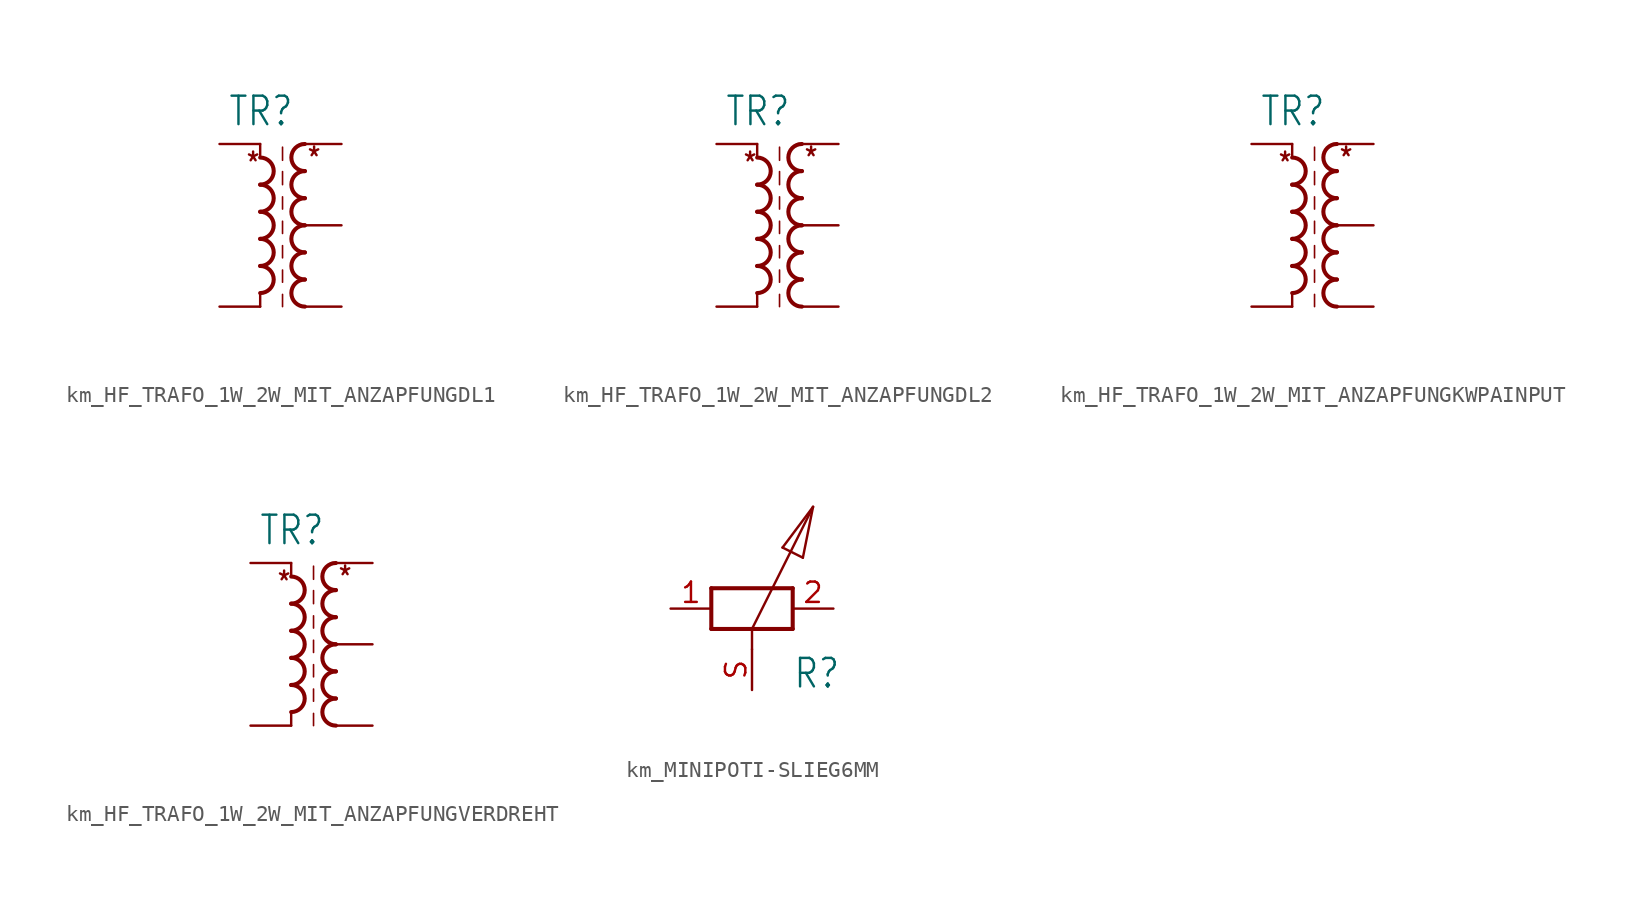
<source format=kicad_sym>
(kicad_symbol_lib
  (version 20231120)
  (generator "kicad_symbol_editor")
  (generator_version "8.0")
  (symbol "km_HF_TRAFO_1W_2W_MIT_ANZAPFUNGDL1"
    (property "Reference" "TR"
      (at -4.572 6.096 0)
      (effects (font (size 1.778 1.511)) (justify left bottom)))
    (property "Value" ""
      (at -4.572 -7.874 0)
      (effects (font (size 1.778 1.511)) (justify left bottom)))
    (property "ki_locked" ""
      (at 0 0 0)
      (effects (font (size 1.27 1.27))))
    (symbol "km_HF_TRAFO_1W_2W_MIT_ANZAPFUNGDL1_1_0"
      (arc (start -2.54 -4.2334) (mid -1.6933 -3.3867) (end -2.54 -2.54) (stroke (width 0.254) (type solid)) (fill (type none)))
      (arc (start -2.54 -2.54) (mid -1.6933 -1.6933) (end -2.54 -0.8466) (stroke (width 0.254) (type solid)) (fill (type none)))
      (arc (start -2.54 -0.8466) (mid -1.6934 0) (end -2.54 0.8466) (stroke (width 0.254) (type solid)) (fill (type none)))
      (arc (start -2.54 0.8466) (mid -1.6933 1.6933) (end -2.54 2.54) (stroke (width 0.254) (type solid)) (fill (type none)))
      (arc (start -2.54 2.54) (mid -1.6933 3.3867) (end -2.54 4.2334) (stroke (width 0.254) (type solid)) (fill (type none)))
      (polyline (pts (xy -2.54 -4.318) (xy -2.54 -5.08)) (stroke (width 0.152) (type solid)) (fill (type none)))
      (polyline (pts (xy -2.54 5.08) (xy -2.54 4.318)) (stroke (width 0.152) (type solid)) (fill (type none)))
      (polyline (pts (xy -1.143 -5.08) (xy -1.143 -4.318)) (stroke (width 0.102) (type solid)) (fill (type none)))
      (polyline (pts (xy -1.143 -3.556) (xy -1.143 -2.794)) (stroke (width 0.102) (type solid)) (fill (type none)))
      (polyline (pts (xy -1.143 -2.032) (xy -1.143 -1.27)) (stroke (width 0.102) (type solid)) (fill (type none)))
      (polyline (pts (xy -1.143 -0.508) (xy -1.143 0.254)) (stroke (width 0.102) (type solid)) (fill (type none)))
      (polyline (pts (xy -1.143 1.016) (xy -1.143 1.778)) (stroke (width 0.102) (type solid)) (fill (type none)))
      (polyline (pts (xy -1.143 2.54) (xy -1.143 3.356)) (stroke (width 0.102) (type solid)) (fill (type none)))
      (polyline (pts (xy -1.143 4.064) (xy -1.143 4.88)) (stroke (width 0.102) (type solid)) (fill (type none)))
      (arc (start 0.254 -3.3866) (mid -0.5927 -4.2333) (end 0.254 -5.08) (stroke (width 0.254) (type solid)) (fill (type none)))
      (arc (start 0.254 -1.6934) (mid -0.5926 -2.54) (end 0.254 -3.3866) (stroke (width 0.254) (type solid)) (fill (type none)))
      (arc (start 0.254 0) (mid -0.5927 -0.8467) (end 0.254 -1.6934) (stroke (width 0.254) (type solid)) (fill (type none)))
      (arc (start 0.254 1.6934) (mid -0.5927 0.8467) (end 0.254 0) (stroke (width 0.254) (type solid)) (fill (type none)))
      (arc (start 0.254 3.3866) (mid -0.5927 2.5399) (end 0.254 1.6932) (stroke (width 0.254) (type solid)) (fill (type none)))
      (arc (start 0.254 5.08) (mid -0.5927 4.2333) (end 0.254 3.3866) (stroke (width 0.254) (type solid)) (fill (type none)))
      (text "*" (at -3.493 3.175 0) (effects (font (size 1.27 1.079)) (justify left bottom)))
      (text "*" (at 0.318 3.493 0) (effects (font (size 1.27 1.079)) (justify left bottom)))
      (pin passive line (at -5.08 5.08 0) (length 2.54) (name "P1" (effects (font (size 0 0)))) (number "P1" (effects (font (size 0 0)))))
      (pin passive line (at -5.08 -5.08 0) (length 2.54) (name "P2" (effects (font (size 0 0)))) (number "P2" (effects (font (size 0 0)))))
      (pin passive line (at 2.54 5.08 180) (length 2.54) (name "S1" (effects (font (size 0 0)))) (number "S1" (effects (font (size 0 0)))))
      (pin passive line (at 2.54 -5.08 180) (length 2.54) (name "S2" (effects (font (size 0 0)))) (number "S2" (effects (font (size 0 0)))))
      (pin passive line (at 2.54 0 180) (length 2.54) (name "SM" (effects (font (size 0 0)))) (number "SM" (effects (font (size 0 0)))))))
  (symbol "km_HF_TRAFO_1W_2W_MIT_ANZAPFUNGDL2"
    (property "Reference" "TR"
      (at -4.572 6.096 0)
      (effects (font (size 1.778 1.511)) (justify left bottom)))
    (property "Value" ""
      (at -4.572 -7.874 0)
      (effects (font (size 1.778 1.511)) (justify left bottom)))
    (property "ki_locked" ""
      (at 0 0 0)
      (effects (font (size 1.27 1.27))))
    (symbol "km_HF_TRAFO_1W_2W_MIT_ANZAPFUNGDL2_1_0"
      (arc (start -2.54 -4.2334) (mid -1.6933 -3.3867) (end -2.54 -2.54) (stroke (width 0.254) (type solid)) (fill (type none)))
      (arc (start -2.54 -2.54) (mid -1.6933 -1.6933) (end -2.54 -0.8466) (stroke (width 0.254) (type solid)) (fill (type none)))
      (arc (start -2.54 -0.8466) (mid -1.6934 0) (end -2.54 0.8466) (stroke (width 0.254) (type solid)) (fill (type none)))
      (arc (start -2.54 0.8466) (mid -1.6933 1.6933) (end -2.54 2.54) (stroke (width 0.254) (type solid)) (fill (type none)))
      (arc (start -2.54 2.54) (mid -1.6933 3.3867) (end -2.54 4.2334) (stroke (width 0.254) (type solid)) (fill (type none)))
      (polyline (pts (xy -2.54 -4.318) (xy -2.54 -5.08)) (stroke (width 0.152) (type solid)) (fill (type none)))
      (polyline (pts (xy -2.54 5.08) (xy -2.54 4.318)) (stroke (width 0.152) (type solid)) (fill (type none)))
      (polyline (pts (xy -1.143 -5.08) (xy -1.143 -4.318)) (stroke (width 0.102) (type solid)) (fill (type none)))
      (polyline (pts (xy -1.143 -3.556) (xy -1.143 -2.794)) (stroke (width 0.102) (type solid)) (fill (type none)))
      (polyline (pts (xy -1.143 -2.032) (xy -1.143 -1.27)) (stroke (width 0.102) (type solid)) (fill (type none)))
      (polyline (pts (xy -1.143 -0.508) (xy -1.143 0.254)) (stroke (width 0.102) (type solid)) (fill (type none)))
      (polyline (pts (xy -1.143 1.016) (xy -1.143 1.778)) (stroke (width 0.102) (type solid)) (fill (type none)))
      (polyline (pts (xy -1.143 2.54) (xy -1.143 3.356)) (stroke (width 0.102) (type solid)) (fill (type none)))
      (polyline (pts (xy -1.143 4.064) (xy -1.143 4.88)) (stroke (width 0.102) (type solid)) (fill (type none)))
      (arc (start 0.254 -3.3866) (mid -0.5927 -4.2333) (end 0.254 -5.08) (stroke (width 0.254) (type solid)) (fill (type none)))
      (arc (start 0.254 -1.6934) (mid -0.5926 -2.54) (end 0.254 -3.3866) (stroke (width 0.254) (type solid)) (fill (type none)))
      (arc (start 0.254 0) (mid -0.5927 -0.8467) (end 0.254 -1.6934) (stroke (width 0.254) (type solid)) (fill (type none)))
      (arc (start 0.254 1.6934) (mid -0.5927 0.8467) (end 0.254 0) (stroke (width 0.254) (type solid)) (fill (type none)))
      (arc (start 0.254 3.3866) (mid -0.5927 2.5399) (end 0.254 1.6932) (stroke (width 0.254) (type solid)) (fill (type none)))
      (arc (start 0.254 5.08) (mid -0.5927 4.2333) (end 0.254 3.3866) (stroke (width 0.254) (type solid)) (fill (type none)))
      (text "*" (at -3.493 3.175 0) (effects (font (size 1.27 1.079)) (justify left bottom)))
      (text "*" (at 0.318 3.493 0) (effects (font (size 1.27 1.079)) (justify left bottom)))
      (pin passive line (at -5.08 5.08 0) (length 2.54) (name "P1" (effects (font (size 0 0)))) (number "P1" (effects (font (size 0 0)))))
      (pin passive line (at -5.08 -5.08 0) (length 2.54) (name "P2" (effects (font (size 0 0)))) (number "P2" (effects (font (size 0 0)))))
      (pin passive line (at 2.54 5.08 180) (length 2.54) (name "S1" (effects (font (size 0 0)))) (number "S1" (effects (font (size 0 0)))))
      (pin passive line (at 2.54 -5.08 180) (length 2.54) (name "S2" (effects (font (size 0 0)))) (number "S2" (effects (font (size 0 0)))))
      (pin passive line (at 2.54 0 180) (length 2.54) (name "SM" (effects (font (size 0 0)))) (number "SM" (effects (font (size 0 0)))))))
  (symbol "km_HF_TRAFO_1W_2W_MIT_ANZAPFUNGKWPAINPUT"
    (property "Reference" "TR"
      (at -4.572 6.096 0)
      (effects (font (size 1.778 1.511)) (justify left bottom)))
    (property "Value" ""
      (at -4.572 -7.874 0)
      (effects (font (size 1.778 1.511)) (justify left bottom)))
    (property "ki_locked" ""
      (at 0 0 0)
      (effects (font (size 1.27 1.27))))
    (symbol "km_HF_TRAFO_1W_2W_MIT_ANZAPFUNGKWPAINPUT_1_0"
      (arc (start -2.54 -4.2334) (mid -1.6933 -3.3867) (end -2.54 -2.54) (stroke (width 0.254) (type solid)) (fill (type none)))
      (arc (start -2.54 -2.54) (mid -1.6933 -1.6933) (end -2.54 -0.8466) (stroke (width 0.254) (type solid)) (fill (type none)))
      (arc (start -2.54 -0.8466) (mid -1.6934 0) (end -2.54 0.8466) (stroke (width 0.254) (type solid)) (fill (type none)))
      (arc (start -2.54 0.8466) (mid -1.6933 1.6933) (end -2.54 2.54) (stroke (width 0.254) (type solid)) (fill (type none)))
      (arc (start -2.54 2.54) (mid -1.6933 3.3867) (end -2.54 4.2334) (stroke (width 0.254) (type solid)) (fill (type none)))
      (polyline (pts (xy -2.54 -4.318) (xy -2.54 -5.08)) (stroke (width 0.152) (type solid)) (fill (type none)))
      (polyline (pts (xy -2.54 5.08) (xy -2.54 4.318)) (stroke (width 0.152) (type solid)) (fill (type none)))
      (polyline (pts (xy -1.143 -5.08) (xy -1.143 -4.318)) (stroke (width 0.102) (type solid)) (fill (type none)))
      (polyline (pts (xy -1.143 -3.556) (xy -1.143 -2.794)) (stroke (width 0.102) (type solid)) (fill (type none)))
      (polyline (pts (xy -1.143 -2.032) (xy -1.143 -1.27)) (stroke (width 0.102) (type solid)) (fill (type none)))
      (polyline (pts (xy -1.143 -0.508) (xy -1.143 0.254)) (stroke (width 0.102) (type solid)) (fill (type none)))
      (polyline (pts (xy -1.143 1.016) (xy -1.143 1.778)) (stroke (width 0.102) (type solid)) (fill (type none)))
      (polyline (pts (xy -1.143 2.54) (xy -1.143 3.356)) (stroke (width 0.102) (type solid)) (fill (type none)))
      (polyline (pts (xy -1.143 4.064) (xy -1.143 4.88)) (stroke (width 0.102) (type solid)) (fill (type none)))
      (arc (start 0.254 -3.3866) (mid -0.5927 -4.2333) (end 0.254 -5.08) (stroke (width 0.254) (type solid)) (fill (type none)))
      (arc (start 0.254 -1.6934) (mid -0.5926 -2.54) (end 0.254 -3.3866) (stroke (width 0.254) (type solid)) (fill (type none)))
      (arc (start 0.254 0) (mid -0.5927 -0.8467) (end 0.254 -1.6934) (stroke (width 0.254) (type solid)) (fill (type none)))
      (arc (start 0.254 1.6934) (mid -0.5927 0.8467) (end 0.254 0) (stroke (width 0.254) (type solid)) (fill (type none)))
      (arc (start 0.254 3.3866) (mid -0.5927 2.5399) (end 0.254 1.6932) (stroke (width 0.254) (type solid)) (fill (type none)))
      (arc (start 0.254 5.08) (mid -0.5927 4.2333) (end 0.254 3.3866) (stroke (width 0.254) (type solid)) (fill (type none)))
      (text "*" (at -3.493 3.175 0) (effects (font (size 1.27 1.079)) (justify left bottom)))
      (text "*" (at 0.318 3.493 0) (effects (font (size 1.27 1.079)) (justify left bottom)))
      (pin passive line (at 2.54 0 180) (length 2.54) (name "SM" (effects (font (size 0 0)))) (number "COM" (effects (font (size 0 0)))))
      (pin passive line (at -5.08 5.08 0) (length 2.54) (name "P1" (effects (font (size 0 0)))) (number "GND" (effects (font (size 0 0)))))
      (pin passive line (at -5.08 -5.08 0) (length 2.54) (name "P2" (effects (font (size 0 0)))) (number "IN" (effects (font (size 0 0)))))
      (pin passive line (at 2.54 5.08 180) (length 2.54) (name "S1" (effects (font (size 0 0)))) (number "OUT1" (effects (font (size 0 0)))))
      (pin passive line (at 2.54 -5.08 180) (length 2.54) (name "S2" (effects (font (size 0 0)))) (number "OUT2" (effects (font (size 0 0)))))))
  (symbol "km_HF_TRAFO_1W_2W_MIT_ANZAPFUNGVERDREHT"
    (property "Reference" "TR"
      (at -4.572 6.096 0)
      (effects (font (size 1.778 1.511)) (justify left bottom)))
    (property "Value" ""
      (at -4.572 -7.874 0)
      (effects (font (size 1.778 1.511)) (justify left bottom)))
    (property "ki_locked" ""
      (at 0 0 0)
      (effects (font (size 1.27 1.27))))
    (symbol "km_HF_TRAFO_1W_2W_MIT_ANZAPFUNGVERDREHT_1_0"
      (arc (start -2.54 -4.2334) (mid -1.6933 -3.3867) (end -2.54 -2.54) (stroke (width 0.254) (type solid)) (fill (type none)))
      (arc (start -2.54 -2.54) (mid -1.6933 -1.6933) (end -2.54 -0.8466) (stroke (width 0.254) (type solid)) (fill (type none)))
      (arc (start -2.54 -0.8466) (mid -1.6934 0) (end -2.54 0.8466) (stroke (width 0.254) (type solid)) (fill (type none)))
      (arc (start -2.54 0.8466) (mid -1.6933 1.6933) (end -2.54 2.54) (stroke (width 0.254) (type solid)) (fill (type none)))
      (arc (start -2.54 2.54) (mid -1.6933 3.3867) (end -2.54 4.2334) (stroke (width 0.254) (type solid)) (fill (type none)))
      (polyline (pts (xy -2.54 -4.318) (xy -2.54 -5.08)) (stroke (width 0.152) (type solid)) (fill (type none)))
      (polyline (pts (xy -2.54 5.08) (xy -2.54 4.318)) (stroke (width 0.152) (type solid)) (fill (type none)))
      (polyline (pts (xy -1.143 -5.08) (xy -1.143 -4.318)) (stroke (width 0.102) (type solid)) (fill (type none)))
      (polyline (pts (xy -1.143 -3.556) (xy -1.143 -2.794)) (stroke (width 0.102) (type solid)) (fill (type none)))
      (polyline (pts (xy -1.143 -2.032) (xy -1.143 -1.27)) (stroke (width 0.102) (type solid)) (fill (type none)))
      (polyline (pts (xy -1.143 -0.508) (xy -1.143 0.254)) (stroke (width 0.102) (type solid)) (fill (type none)))
      (polyline (pts (xy -1.143 1.016) (xy -1.143 1.778)) (stroke (width 0.102) (type solid)) (fill (type none)))
      (polyline (pts (xy -1.143 2.54) (xy -1.143 3.356)) (stroke (width 0.102) (type solid)) (fill (type none)))
      (polyline (pts (xy -1.143 4.064) (xy -1.143 4.88)) (stroke (width 0.102) (type solid)) (fill (type none)))
      (arc (start 0.254 -3.3866) (mid -0.5927 -4.2333) (end 0.254 -5.08) (stroke (width 0.254) (type solid)) (fill (type none)))
      (arc (start 0.254 -1.6934) (mid -0.5926 -2.54) (end 0.254 -3.3866) (stroke (width 0.254) (type solid)) (fill (type none)))
      (arc (start 0.254 0) (mid -0.5927 -0.8467) (end 0.254 -1.6934) (stroke (width 0.254) (type solid)) (fill (type none)))
      (arc (start 0.254 1.6934) (mid -0.5927 0.8467) (end 0.254 0) (stroke (width 0.254) (type solid)) (fill (type none)))
      (arc (start 0.254 3.3866) (mid -0.5927 2.5399) (end 0.254 1.6932) (stroke (width 0.254) (type solid)) (fill (type none)))
      (arc (start 0.254 5.08) (mid -0.5927 4.2333) (end 0.254 3.3866) (stroke (width 0.254) (type solid)) (fill (type none)))
      (text "*" (at -3.493 3.175 0) (effects (font (size 1.27 1.079)) (justify left bottom)))
      (text "*" (at 0.318 3.493 0) (effects (font (size 1.27 1.079)) (justify left bottom)))
      (pin passive line (at 2.54 5.08 180) (length 2.54) (name "S1" (effects (font (size 0 0)))) (number "P1" (effects (font (size 0 0)))))
      (pin passive line (at 2.54 -5.08 180) (length 2.54) (name "S2" (effects (font (size 0 0)))) (number "P2" (effects (font (size 0 0)))))
      (pin passive line (at -5.08 5.08 0) (length 2.54) (name "P1" (effects (font (size 0 0)))) (number "S1" (effects (font (size 0 0)))))
      (pin passive line (at -5.08 -5.08 0) (length 2.54) (name "P2" (effects (font (size 0 0)))) (number "S2" (effects (font (size 0 0)))))
      (pin passive line (at 2.54 0 180) (length 2.54) (name "SM" (effects (font (size 0 0)))) (number "SM" (effects (font (size 0 0)))))))
  (symbol "km_MINIPOTI-SLIEG6MM"
    (property "Reference" "R"
      (at 2.54 -5.08 0)
      (effects (font (size 1.778 1.511)) (justify left bottom)))
    (property "Value" ""
      (at 2.54 -7.62 0)
      (effects (font (size 1.778 1.511)) (justify left bottom)))
    (property "ki_locked" ""
      (at 0 0 0)
      (effects (font (size 1.27 1.27))))
    (symbol "km_MINIPOTI-SLIEG6MM_1_0"
      (polyline (pts (xy -2.54 -1.27) (xy 0 -1.27)) (stroke (width 0.254) (type solid)) (fill (type none)))
      (polyline (pts (xy -2.54 1.27) (xy -2.54 -1.27)) (stroke (width 0.254) (type solid)) (fill (type none)))
      (polyline (pts (xy 0 -1.27) (xy 0 -2.54)) (stroke (width 0.152) (type solid)) (fill (type none)))
      (polyline (pts (xy 0 -1.27) (xy 2.54 -1.27)) (stroke (width 0.254) (type solid)) (fill (type none)))
      (polyline (pts (xy 0 -1.27) (xy 3.81 6.35)) (stroke (width 0.152) (type solid)) (fill (type none)))
      (polyline (pts (xy 1.905 3.81) (xy 3.81 6.35)) (stroke (width 0.152) (type solid)) (fill (type none)))
      (polyline (pts (xy 2.54 -1.27) (xy 2.54 1.27)) (stroke (width 0.254) (type solid)) (fill (type none)))
      (polyline (pts (xy 2.54 1.27) (xy -2.54 1.27)) (stroke (width 0.254) (type solid)) (fill (type none)))
      (polyline (pts (xy 3.175 3.175) (xy 1.905 3.81)) (stroke (width 0.152) (type solid)) (fill (type none)))
      (polyline (pts (xy 3.81 6.35) (xy 3.175 3.175)) (stroke (width 0.152) (type solid)) (fill (type none)))
      (pin passive line (at -5.08 0 0) (length 2.54) (name "1" (effects (font (size 0 0)))) (number "1" (effects (font (size 1.27 1.27)))))
      (pin passive line (at 5.08 0 180) (length 2.54) (name "2" (effects (font (size 0 0)))) (number "2" (effects (font (size 1.27 1.27)))))
      (pin passive line (at 0 -5.08 90) (length 2.54) (name "3" (effects (font (size 0 0)))) (number "S" (effects (font (size 1.27 1.27))))))))
</source>
